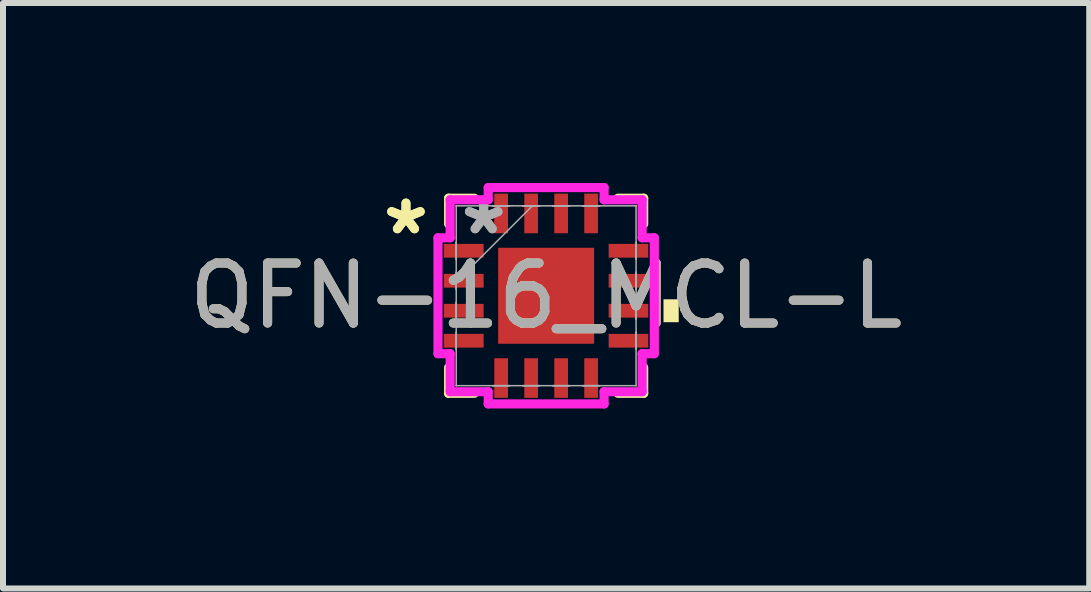
<source format=kicad_pcb>
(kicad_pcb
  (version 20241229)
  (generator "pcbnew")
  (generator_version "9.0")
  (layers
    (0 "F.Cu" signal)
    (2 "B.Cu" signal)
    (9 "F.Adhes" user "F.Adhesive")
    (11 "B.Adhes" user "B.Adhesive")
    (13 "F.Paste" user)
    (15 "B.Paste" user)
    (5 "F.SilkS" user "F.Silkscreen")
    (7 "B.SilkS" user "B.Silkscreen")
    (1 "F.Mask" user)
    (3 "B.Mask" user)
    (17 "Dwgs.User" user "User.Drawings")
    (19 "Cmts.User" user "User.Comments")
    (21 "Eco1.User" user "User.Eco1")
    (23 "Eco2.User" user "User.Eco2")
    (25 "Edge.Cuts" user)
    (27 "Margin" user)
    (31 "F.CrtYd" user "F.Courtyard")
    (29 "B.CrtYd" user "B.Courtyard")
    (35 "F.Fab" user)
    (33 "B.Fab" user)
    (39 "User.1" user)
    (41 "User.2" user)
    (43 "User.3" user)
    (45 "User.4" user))
  (footprint "QFN-16_MCL-L"
    (layer "F.Cu")
    (at 6.054 1.88)
    (property "Reference" "QFN-16_MCL-L" (at 0 0 0) (unlocked yes) (layer "F.SilkS") (effects (font (size 1 1) (thickness 0.15))))
    (attr smd)
    (fp_line (start -1.626 -1.626) (end -1.626 -1.197) (stroke (width 0.152) (type solid)) (layer "F.SilkS"))
    (fp_line (start -1.626 1.197) (end -1.626 1.626) (stroke (width 0.152) (type solid)) (layer "F.SilkS"))
    (fp_line (start -1.626 1.626) (end -1.197 1.626) (stroke (width 0.152) (type solid)) (layer "F.SilkS"))
    (fp_line (start -1.197 -1.626) (end -1.626 -1.626) (stroke (width 0.152) (type solid)) (layer "F.SilkS"))
    (fp_line (start 1.197 1.626) (end 1.626 1.626) (stroke (width 0.152) (type solid)) (layer "F.SilkS"))
    (fp_line (start 1.626 -1.626) (end 1.197 -1.626) (stroke (width 0.152) (type solid)) (layer "F.SilkS"))
    (fp_line (start 1.626 -1.197) (end 1.626 -1.626) (stroke (width 0.152) (type solid)) (layer "F.SilkS"))
    (fp_line (start 1.626 1.626) (end 1.626 1.197) (stroke (width 0.152) (type solid)) (layer "F.SilkS"))
    (fp_poly (pts (xy 2.21 0.059) (xy 2.21 0.441) (xy 1.956 0.441) (xy 1.956 0.059)) (stroke (width 0) (type solid)) (fill yes) (layer "F.SilkS"))
    (fp_line (start -1.803 -0.966) (end -1.6 -0.966) (stroke (width 0.152) (type solid)) (layer "F.CrtYd"))
    (fp_line (start -1.803 0.966) (end -1.803 -0.966) (stroke (width 0.152) (type solid)) (layer "F.CrtYd"))
    (fp_line (start -1.6 -1.6) (end -0.966 -1.6) (stroke (width 0.152) (type solid)) (layer "F.CrtYd"))
    (fp_line (start -1.6 -0.966) (end -1.6 -1.6) (stroke (width 0.152) (type solid)) (layer "F.CrtYd"))
    (fp_line (start -1.6 0.966) (end -1.803 0.966) (stroke (width 0.152) (type solid)) (layer "F.CrtYd"))
    (fp_line (start -1.6 1.6) (end -1.6 0.966) (stroke (width 0.152) (type solid)) (layer "F.CrtYd"))
    (fp_line (start -0.966 -1.803) (end 0.966 -1.803) (stroke (width 0.152) (type solid)) (layer "F.CrtYd"))
    (fp_line (start -0.966 -1.6) (end -0.966 -1.803) (stroke (width 0.152) (type solid)) (layer "F.CrtYd"))
    (fp_line (start -0.966 1.6) (end -1.6 1.6) (stroke (width 0.152) (type solid)) (layer "F.CrtYd"))
    (fp_line (start -0.966 1.803) (end -0.966 1.6) (stroke (width 0.152) (type solid)) (layer "F.CrtYd"))
    (fp_line (start 0.966 -1.803) (end 0.966 -1.6) (stroke (width 0.152) (type solid)) (layer "F.CrtYd"))
    (fp_line (start 0.966 -1.6) (end 1.6 -1.6) (stroke (width 0.152) (type solid)) (layer "F.CrtYd"))
    (fp_line (start 0.966 1.6) (end 0.966 1.803) (stroke (width 0.152) (type solid)) (layer "F.CrtYd"))
    (fp_line (start 0.966 1.803) (end -0.966 1.803) (stroke (width 0.152) (type solid)) (layer "F.CrtYd"))
    (fp_line (start 1.6 -1.6) (end 1.6 -0.966) (stroke (width 0.152) (type solid)) (layer "F.CrtYd"))
    (fp_line (start 1.6 -0.966) (end 1.803 -0.966) (stroke (width 0.152) (type solid)) (layer "F.CrtYd"))
    (fp_line (start 1.6 0.966) (end 1.6 1.6) (stroke (width 0.152) (type solid)) (layer "F.CrtYd"))
    (fp_line (start 1.6 1.6) (end 0.966 1.6) (stroke (width 0.152) (type solid)) (layer "F.CrtYd"))
    (fp_line (start 1.803 -0.966) (end 1.803 0.966) (stroke (width 0.152) (type solid)) (layer "F.CrtYd"))
    (fp_line (start 1.803 0.966) (end 1.6 0.966) (stroke (width 0.152) (type solid)) (layer "F.CrtYd"))
    (fp_line (start -1.499 -1.499) (end -1.499 -1.499) (stroke (width 0.025) (type solid)) (layer "F.Fab"))
    (fp_line (start -1.499 -1.499) (end -1.499 1.499) (stroke (width 0.025) (type solid)) (layer "F.Fab"))
    (fp_line (start -1.499 -0.89) (end -1.499 -0.89) (stroke (width 0.025) (type solid)) (layer "F.Fab"))
    (fp_line (start -1.499 -0.89) (end -1.499 -0.61) (stroke (width 0.025) (type solid)) (layer "F.Fab"))
    (fp_line (start -1.499 -0.61) (end -1.499 -0.89) (stroke (width 0.025) (type solid)) (layer "F.Fab"))
    (fp_line (start -1.499 -0.61) (end -1.499 -0.61) (stroke (width 0.025) (type solid)) (layer "F.Fab"))
    (fp_line (start -1.499 -0.39) (end -1.499 -0.39) (stroke (width 0.025) (type solid)) (layer "F.Fab"))
    (fp_line (start -1.499 -0.39) (end -1.499 -0.11) (stroke (width 0.025) (type solid)) (layer "F.Fab"))
    (fp_line (start -1.499 -0.229) (end -0.229 -1.499) (stroke (width 0.025) (type solid)) (layer "F.Fab"))
    (fp_line (start -1.499 -0.11) (end -1.499 -0.39) (stroke (width 0.025) (type solid)) (layer "F.Fab"))
    (fp_line (start -1.499 -0.11) (end -1.499 -0.11) (stroke (width 0.025) (type solid)) (layer "F.Fab"))
    (fp_line (start -1.499 0.11) (end -1.499 0.11) (stroke (width 0.025) (type solid)) (layer "F.Fab"))
    (fp_line (start -1.499 0.11) (end -1.499 0.39) (stroke (width 0.025) (type solid)) (layer "F.Fab"))
    (fp_line (start -1.499 0.39) (end -1.499 0.11) (stroke (width 0.025) (type solid)) (layer "F.Fab"))
    (fp_line (start -1.499 0.39) (end -1.499 0.39) (stroke (width 0.025) (type solid)) (layer "F.Fab"))
    (fp_line (start -1.499 0.61) (end -1.499 0.61) (stroke (width 0.025) (type solid)) (layer "F.Fab"))
    (fp_line (start -1.499 0.61) (end -1.499 0.89) (stroke (width 0.025) (type solid)) (layer "F.Fab"))
    (fp_line (start -1.499 0.89) (end -1.499 0.61) (stroke (width 0.025) (type solid)) (layer "F.Fab"))
    (fp_line (start -1.499 0.89) (end -1.499 0.89) (stroke (width 0.025) (type solid)) (layer "F.Fab"))
    (fp_line (start -1.499 1.499) (end -1.499 1.499) (stroke (width 0.025) (type solid)) (layer "F.Fab"))
    (fp_line (start -1.499 1.499) (end 1.499 1.499) (stroke (width 0.025) (type solid)) (layer "F.Fab"))
    (fp_line (start -0.89 -1.499) (end -0.89 -1.499) (stroke (width 0.025) (type solid)) (layer "F.Fab"))
    (fp_line (start -0.89 -1.499) (end -0.61 -1.499) (stroke (width 0.025) (type solid)) (layer "F.Fab"))
    (fp_line (start -0.89 1.499) (end -0.89 1.499) (stroke (width 0.025) (type solid)) (layer "F.Fab"))
    (fp_line (start -0.89 1.499) (end -0.61 1.499) (stroke (width 0.025) (type solid)) (layer "F.Fab"))
    (fp_line (start -0.61 -1.499) (end -0.89 -1.499) (stroke (width 0.025) (type solid)) (layer "F.Fab"))
    (fp_line (start -0.61 -1.499) (end -0.61 -1.499) (stroke (width 0.025) (type solid)) (layer "F.Fab"))
    (fp_line (start -0.61 1.499) (end -0.89 1.499) (stroke (width 0.025) (type solid)) (layer "F.Fab"))
    (fp_line (start -0.61 1.499) (end -0.61 1.499) (stroke (width 0.025) (type solid)) (layer "F.Fab"))
    (fp_line (start -0.39 -1.499) (end -0.39 -1.499) (stroke (width 0.025) (type solid)) (layer "F.Fab"))
    (fp_line (start -0.39 -1.499) (end -0.11 -1.499) (stroke (width 0.025) (type solid)) (layer "F.Fab"))
    (fp_line (start -0.39 1.499) (end -0.39 1.499) (stroke (width 0.025) (type solid)) (layer "F.Fab"))
    (fp_line (start -0.39 1.499) (end -0.11 1.499) (stroke (width 0.025) (type solid)) (layer "F.Fab"))
    (fp_line (start -0.11 -1.499) (end -0.39 -1.499) (stroke (width 0.025) (type solid)) (layer "F.Fab"))
    (fp_line (start -0.11 -1.499) (end -0.11 -1.499) (stroke (width 0.025) (type solid)) (layer "F.Fab"))
    (fp_line (start -0.11 1.499) (end -0.39 1.499) (stroke (width 0.025) (type solid)) (layer "F.Fab"))
    (fp_line (start -0.11 1.499) (end -0.11 1.499) (stroke (width 0.025) (type solid)) (layer "F.Fab"))
    (fp_line (start 0.11 -1.499) (end 0.11 -1.499) (stroke (width 0.025) (type solid)) (layer "F.Fab"))
    (fp_line (start 0.11 -1.499) (end 0.39 -1.499) (stroke (width 0.025) (type solid)) (layer "F.Fab"))
    (fp_line (start 0.11 1.499) (end 0.11 1.499) (stroke (width 0.025) (type solid)) (layer "F.Fab"))
    (fp_line (start 0.11 1.499) (end 0.39 1.499) (stroke (width 0.025) (type solid)) (layer "F.Fab"))
    (fp_line (start 0.39 -1.499) (end 0.11 -1.499) (stroke (width 0.025) (type solid)) (layer "F.Fab"))
    (fp_line (start 0.39 -1.499) (end 0.39 -1.499) (stroke (width 0.025) (type solid)) (layer "F.Fab"))
    (fp_line (start 0.39 1.499) (end 0.11 1.499) (stroke (width 0.025) (type solid)) (layer "F.Fab"))
    (fp_line (start 0.39 1.499) (end 0.39 1.499) (stroke (width 0.025) (type solid)) (layer "F.Fab"))
    (fp_line (start 0.61 -1.499) (end 0.61 -1.499) (stroke (width 0.025) (type solid)) (layer "F.Fab"))
    (fp_line (start 0.61 -1.499) (end 0.89 -1.499) (stroke (width 0.025) (type solid)) (layer "F.Fab"))
    (fp_line (start 0.61 1.499) (end 0.61 1.499) (stroke (width 0.025) (type solid)) (layer "F.Fab"))
    (fp_line (start 0.61 1.499) (end 0.89 1.499) (stroke (width 0.025) (type solid)) (layer "F.Fab"))
    (fp_line (start 0.89 -1.499) (end 0.61 -1.499) (stroke (width 0.025) (type solid)) (layer "F.Fab"))
    (fp_line (start 0.89 -1.499) (end 0.89 -1.499) (stroke (width 0.025) (type solid)) (layer "F.Fab"))
    (fp_line (start 0.89 1.499) (end 0.61 1.499) (stroke (width 0.025) (type solid)) (layer "F.Fab"))
    (fp_line (start 0.89 1.499) (end 0.89 1.499) (stroke (width 0.025) (type solid)) (layer "F.Fab"))
    (fp_line (start 1.499 -1.499) (end -1.499 -1.499) (stroke (width 0.025) (type solid)) (layer "F.Fab"))
    (fp_line (start 1.499 -1.499) (end 1.499 -1.499) (stroke (width 0.025) (type solid)) (layer "F.Fab"))
    (fp_line (start 1.499 -0.89) (end 1.499 -0.89) (stroke (width 0.025) (type solid)) (layer "F.Fab"))
    (fp_line (start 1.499 -0.89) (end 1.499 -0.61) (stroke (width 0.025) (type solid)) (layer "F.Fab"))
    (fp_line (start 1.499 -0.61) (end 1.499 -0.89) (stroke (width 0.025) (type solid)) (layer "F.Fab"))
    (fp_line (start 1.499 -0.61) (end 1.499 -0.61) (stroke (width 0.025) (type solid)) (layer "F.Fab"))
    (fp_line (start 1.499 -0.39) (end 1.499 -0.39) (stroke (width 0.025) (type solid)) (layer "F.Fab"))
    (fp_line (start 1.499 -0.39) (end 1.499 -0.11) (stroke (width 0.025) (type solid)) (layer "F.Fab"))
    (fp_line (start 1.499 -0.11) (end 1.499 -0.39) (stroke (width 0.025) (type solid)) (layer "F.Fab"))
    (fp_line (start 1.499 -0.11) (end 1.499 -0.11) (stroke (width 0.025) (type solid)) (layer "F.Fab"))
    (fp_line (start 1.499 0.11) (end 1.499 0.11) (stroke (width 0.025) (type solid)) (layer "F.Fab"))
    (fp_line (start 1.499 0.11) (end 1.499 0.39) (stroke (width 0.025) (type solid)) (layer "F.Fab"))
    (fp_line (start 1.499 0.39) (end 1.499 0.11) (stroke (width 0.025) (type solid)) (layer "F.Fab"))
    (fp_line (start 1.499 0.39) (end 1.499 0.39) (stroke (width 0.025) (type solid)) (layer "F.Fab"))
    (fp_line (start 1.499 0.61) (end 1.499 0.61) (stroke (width 0.025) (type solid)) (layer "F.Fab"))
    (fp_line (start 1.499 0.61) (end 1.499 0.89) (stroke (width 0.025) (type solid)) (layer "F.Fab"))
    (fp_line (start 1.499 0.89) (end 1.499 0.61) (stroke (width 0.025) (type solid)) (layer "F.Fab"))
    (fp_line (start 1.499 0.89) (end 1.499 0.89) (stroke (width 0.025) (type solid)) (layer "F.Fab"))
    (fp_line (start 1.499 1.499) (end 1.499 -1.499) (stroke (width 0.025) (type solid)) (layer "F.Fab"))
    (fp_line (start 1.499 1.499) (end 1.499 1.499) (stroke (width 0.025) (type solid)) (layer "F.Fab"))
    (fp_text user "*" (at -2.337 -1 0) (unlocked yes) (layer "F.SilkS") (effects (font (size 1 1) (thickness 0.15))))
    (fp_text user "*" (at -2.337 -1 0) (layer "F.SilkS") (effects (font (size 1 1) (thickness 0.15))))
    (fp_text user "*" (at -1.041 -1 0) (layer "F.Fab") (effects (font (size 1 1) (thickness 0.15))))
    (fp_text user "*" (at -1.041 -1 0) (unlocked yes) (layer "F.Fab") (effects (font (size 1 1) (thickness 0.15))))
    (fp_text user "${REFERENCE}" (at 0 0 0) (unlocked yes) (layer "F.Fab") (effects (font (size 1 1) (thickness 0.15))))
    (pad "1" smd rect (at -1.372 -0.75 90) (size 0.229 0.66) (layers "F.Cu" "F.Mask" "F.Paste"))
    (pad "2" smd rect (at -1.372 -0.25 90) (size 0.229 0.66) (layers "F.Cu" "F.Mask" "F.Paste"))
    (pad "3" smd rect (at -1.372 0.25 90) (size 0.229 0.66) (layers "F.Cu" "F.Mask" "F.Paste"))
    (pad "4" smd rect (at -1.372 0.75 90) (size 0.229 0.66) (layers "F.Cu" "F.Mask" "F.Paste"))
    (pad "5" smd rect (at -0.75 1.372) (size 0.229 0.66) (layers "F.Cu" "F.Mask" "F.Paste"))
    (pad "6" smd rect (at -0.25 1.372) (size 0.229 0.66) (layers "F.Cu" "F.Mask" "F.Paste"))
    (pad "7" smd rect (at 0.25 1.372) (size 0.229 0.66) (layers "F.Cu" "F.Mask" "F.Paste"))
    (pad "8" smd rect (at 0.75 1.372) (size 0.229 0.66) (layers "F.Cu" "F.Mask" "F.Paste"))
    (pad "9" smd rect (at 1.372 0.75 90) (size 0.229 0.66) (layers "F.Cu" "F.Mask" "F.Paste"))
    (pad "10" smd rect (at 1.372 0.25 90) (size 0.229 0.66) (layers "F.Cu" "F.Mask" "F.Paste"))
    (pad "11" smd rect (at 1.372 -0.25 90) (size 0.229 0.66) (layers "F.Cu" "F.Mask" "F.Paste"))
    (pad "12" smd rect (at 1.372 -0.75 90) (size 0.229 0.66) (layers "F.Cu" "F.Mask" "F.Paste"))
    (pad "13" smd rect (at 0.75 -1.372) (size 0.229 0.66) (layers "F.Cu" "F.Mask" "F.Paste"))
    (pad "14" smd rect (at 0.25 -1.372) (size 0.229 0.66) (layers "F.Cu" "F.Mask" "F.Paste"))
    (pad "15" smd rect (at -0.25 -1.372) (size 0.229 0.66) (layers "F.Cu" "F.Mask" "F.Paste"))
    (pad "16" smd rect (at -0.75 -1.372) (size 0.229 0.66) (layers "F.Cu" "F.Mask" "F.Paste"))
    (pad "17" smd rect (at 0 0) (size 1.6 1.6) (layers "F.Cu" "F.Mask" "F.Paste")))
  (gr_rect
    (start -3 -3)
    (end 15.107 6.759)
    (stroke (width 0.1) (type default))
    (fill no)
    (layer "Edge.Cuts")))
</source>
